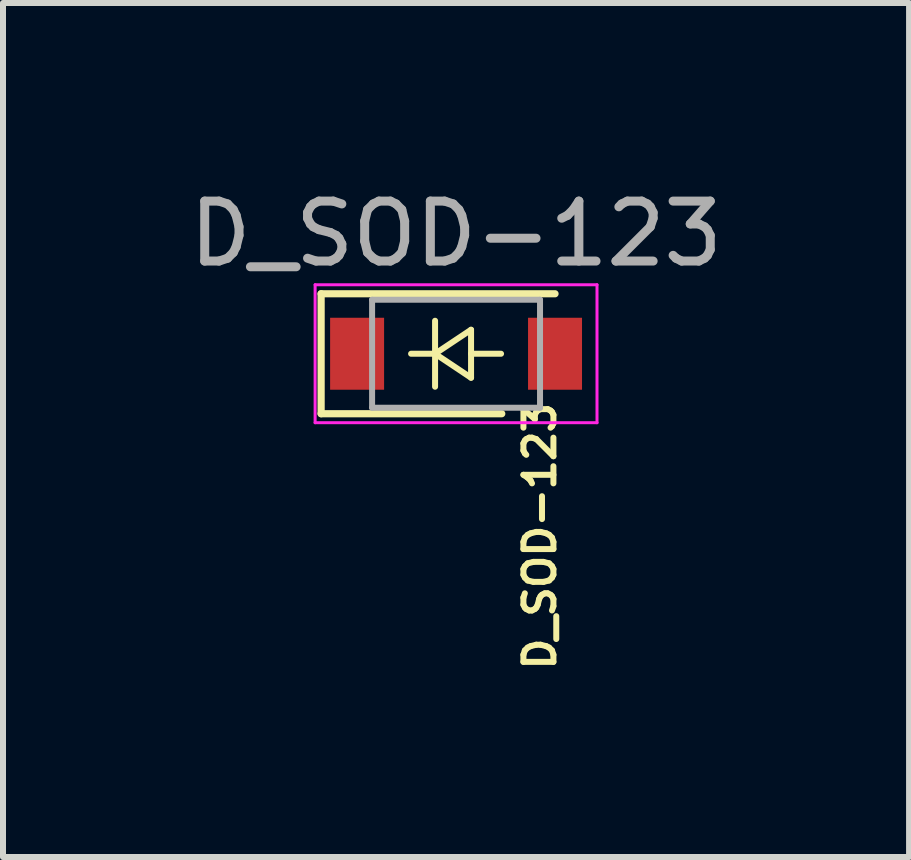
<source format=kicad_pcb>
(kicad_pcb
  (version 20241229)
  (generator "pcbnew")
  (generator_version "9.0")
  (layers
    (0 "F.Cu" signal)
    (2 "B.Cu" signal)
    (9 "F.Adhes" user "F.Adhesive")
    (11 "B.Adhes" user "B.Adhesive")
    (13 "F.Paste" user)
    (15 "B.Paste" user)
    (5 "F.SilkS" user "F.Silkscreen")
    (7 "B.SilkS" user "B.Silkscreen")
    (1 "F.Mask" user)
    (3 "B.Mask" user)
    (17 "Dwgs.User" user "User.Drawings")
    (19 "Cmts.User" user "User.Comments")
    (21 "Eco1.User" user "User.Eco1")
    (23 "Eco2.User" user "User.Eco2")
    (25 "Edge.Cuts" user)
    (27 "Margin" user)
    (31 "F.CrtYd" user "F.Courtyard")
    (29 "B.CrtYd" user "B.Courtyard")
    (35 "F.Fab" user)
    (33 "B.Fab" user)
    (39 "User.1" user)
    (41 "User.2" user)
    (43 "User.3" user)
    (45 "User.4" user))
  (footprint "D_SOD-123"
    (layer "F.Cu")
    (at 4.554 2.848)
    (property "Reference" "D_SOD-123" (at 1.397 0.762 90) (layer "F.SilkS") (effects (font (size 0.5 0.5) (thickness 0.1)) (justify right)))
    (attr smd)
    (fp_line (start -2.25 -1) (end -2.25 1) (stroke (width 0.12) (type solid)) (layer "F.SilkS"))
    (fp_line (start -2.25 -1) (end 1.65 -1) (stroke (width 0.12) (type solid)) (layer "F.SilkS"))
    (fp_line (start -2.25 1) (end 0.762 1) (stroke (width 0.12) (type solid)) (layer "F.SilkS"))
    (fp_line (start -0.75 0) (end -0.35 0) (stroke (width 0.1) (type solid)) (layer "F.SilkS"))
    (fp_line (start -0.35 0) (end -0.35 -0.55) (stroke (width 0.1) (type solid)) (layer "F.SilkS"))
    (fp_line (start -0.35 0) (end -0.35 0.55) (stroke (width 0.1) (type solid)) (layer "F.SilkS"))
    (fp_line (start -0.35 0) (end 0.25 -0.4) (stroke (width 0.1) (type solid)) (layer "F.SilkS"))
    (fp_line (start 0.25 -0.4) (end 0.25 0.4) (stroke (width 0.1) (type solid)) (layer "F.SilkS"))
    (fp_line (start 0.25 0) (end 0.75 0) (stroke (width 0.1) (type solid)) (layer "F.SilkS"))
    (fp_line (start 0.25 0.4) (end -0.35 0) (stroke (width 0.1) (type solid)) (layer "F.SilkS"))
    (fp_line (start -2.35 -1.15) (end -2.35 1.15) (stroke (width 0.05) (type solid)) (layer "F.CrtYd"))
    (fp_line (start -2.35 -1.15) (end 2.35 -1.15) (stroke (width 0.05) (type solid)) (layer "F.CrtYd"))
    (fp_line (start 2.35 -1.15) (end 2.35 1.15) (stroke (width 0.05) (type solid)) (layer "F.CrtYd"))
    (fp_line (start 2.35 1.15) (end -2.35 1.15) (stroke (width 0.05) (type solid)) (layer "F.CrtYd"))
    (fp_line (start -1.4 -0.9) (end 1.4 -0.9) (stroke (width 0.1) (type solid)) (layer "F.Fab"))
    (fp_line (start -1.4 0.9) (end -1.4 -0.9) (stroke (width 0.1) (type solid)) (layer "F.Fab"))
    (fp_line (start 1.4 -0.9) (end 1.4 0.9) (stroke (width 0.1) (type solid)) (layer "F.Fab"))
    (fp_line (start 1.4 0.9) (end -1.4 0.9) (stroke (width 0.1) (type solid)) (layer "F.Fab"))
    (fp_text user "${REFERENCE}" (at 0 -2 0) (layer "F.Fab") (effects (font (size 1 1) (thickness 0.15))))
    (pad "1" smd rect (at -1.65 0) (size 0.9 1.2) (layers "F.Cu" "F.Mask" "F.Paste"))
    (pad "2" smd rect (at 1.65 0) (size 0.9 1.2) (layers "F.Cu" "F.Mask" "F.Paste")))
  (gr_rect
    (start -3 -3)
    (end 12.107 11.239)
    (stroke (width 0.1) (type default))
    (fill no)
    (layer "Edge.Cuts")))
</source>
